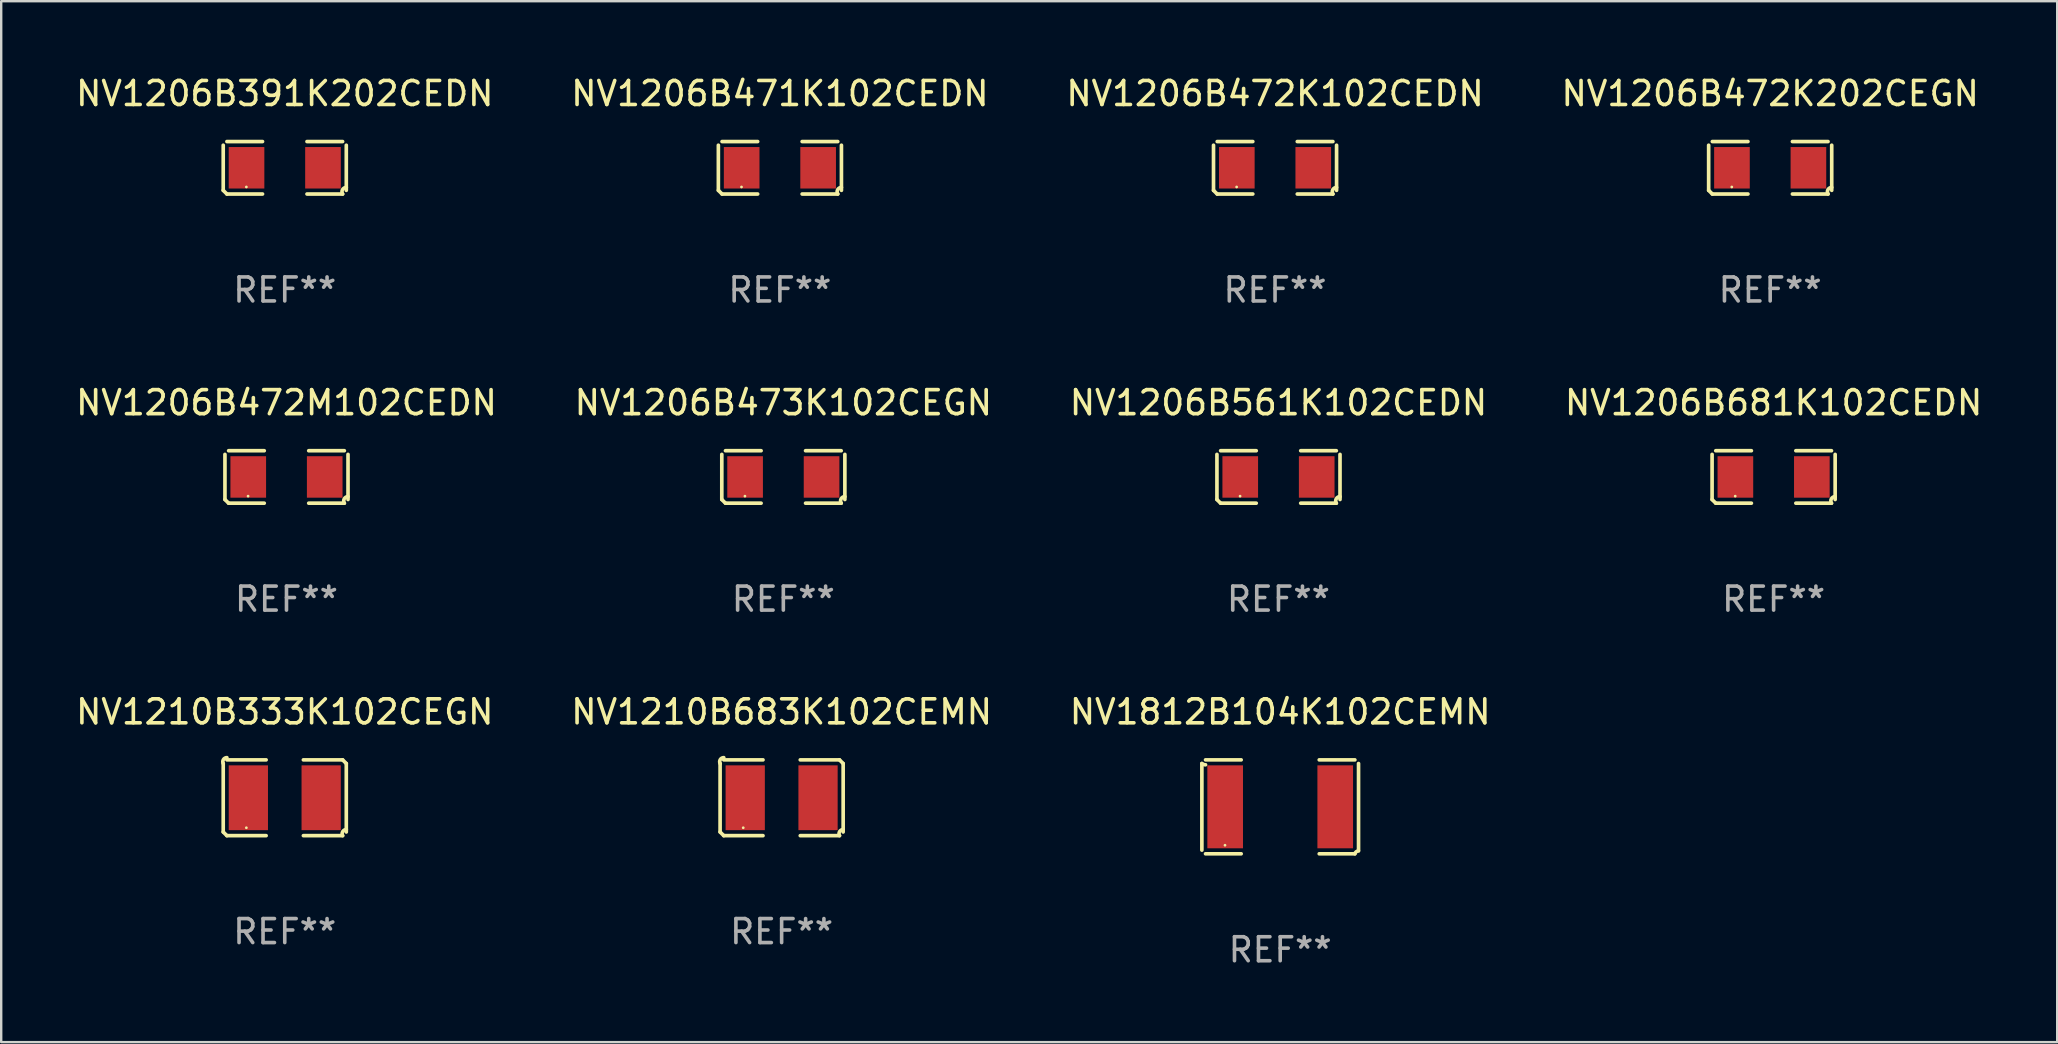
<source format=kicad_pcb>
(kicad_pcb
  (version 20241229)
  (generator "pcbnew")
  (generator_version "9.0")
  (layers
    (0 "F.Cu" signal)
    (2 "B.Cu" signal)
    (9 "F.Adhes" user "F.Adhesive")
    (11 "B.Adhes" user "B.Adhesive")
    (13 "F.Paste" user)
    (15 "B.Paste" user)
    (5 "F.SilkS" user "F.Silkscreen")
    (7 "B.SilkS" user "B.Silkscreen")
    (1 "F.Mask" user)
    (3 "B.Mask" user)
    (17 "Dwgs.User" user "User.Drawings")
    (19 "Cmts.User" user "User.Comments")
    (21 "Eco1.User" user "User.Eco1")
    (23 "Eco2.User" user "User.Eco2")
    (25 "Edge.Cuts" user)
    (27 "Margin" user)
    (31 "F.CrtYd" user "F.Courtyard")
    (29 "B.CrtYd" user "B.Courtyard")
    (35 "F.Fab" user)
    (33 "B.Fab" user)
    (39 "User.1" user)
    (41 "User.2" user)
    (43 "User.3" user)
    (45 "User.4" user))
  (footprint "NV1206B391K202CEDN"
    (layer "F.Cu")
    (at 8.815 3.941)
    (property "Reference" "NV1206B391K202CEDN" (at 0 -3.093 0) (layer "F.SilkS") (effects (font (size 1 1) (thickness 0.15))))
    (attr through_hole)
    (fp_line (start -2.564 0.94) (end -2.564 -0.94) (stroke (width 0.152) (type solid)) (layer "F.SilkS"))
    (fp_line (start -2.411 -1.093) (end -0.926 -1.093) (stroke (width 0.152) (type solid)) (layer "F.SilkS"))
    (fp_line (start -0.926 1.093) (end -2.411 1.093) (stroke (width 0.152) (type solid)) (layer "F.SilkS"))
    (fp_line (start 0.926 1.093) (end 2.411 1.093) (stroke (width 0.152) (type solid)) (layer "F.SilkS"))
    (fp_line (start 2.411 -1.093) (end 0.926 -1.093) (stroke (width 0.152) (type solid)) (layer "F.SilkS"))
    (fp_line (start 2.564 0.94) (end 2.564 -0.94) (stroke (width 0.152) (type solid)) (layer "F.SilkS"))
    (fp_arc (start -2.411201 1.092609) (mid -2.487413 1.01642) (end -2.563602 0.940208) (stroke (width 0.1524) (type solid)) (layer "F.SilkS"))
    (fp_arc (start 2.411201 1.092609) (mid 2.407159 0.911226) (end 2.563602 0.819347) (stroke (width 0.1524) (type solid)) (layer "F.SilkS"))
    (fp_circle (center -1.6 0.8) (end -1.57 0.8) (stroke (width 0.06) (type solid)) (fill no) (layer "F.SilkS"))
    (fp_text user "REF**" (at 0 5.093 0) (layer "F.Fab") (effects (font (size 1 1) (thickness 0.15))))
    (pad "1" smd rect (at -1.593 0) (size 1.485 1.728) (layers "F.Cu" "F.Mask" "F.Paste"))
    (pad "2" smd rect (at 1.593 0) (size 1.485 1.728) (layers "F.Cu" "F.Mask" "F.Paste")))
  (footprint "NV1206B472M102CEDN"
    (layer "F.Cu")
    (at 8.887 16.823)
    (property "Reference" "NV1206B472M102CEDN" (at 0 -3.093 0) (layer "F.SilkS") (effects (font (size 1 1) (thickness 0.15))))
    (attr through_hole)
    (fp_line (start -2.564 0.94) (end -2.564 -0.94) (stroke (width 0.152) (type solid)) (layer "F.SilkS"))
    (fp_line (start -2.411 -1.093) (end -0.926 -1.093) (stroke (width 0.152) (type solid)) (layer "F.SilkS"))
    (fp_line (start -0.926 1.093) (end -2.411 1.093) (stroke (width 0.152) (type solid)) (layer "F.SilkS"))
    (fp_line (start 0.926 1.093) (end 2.411 1.093) (stroke (width 0.152) (type solid)) (layer "F.SilkS"))
    (fp_line (start 2.411 -1.093) (end 0.926 -1.093) (stroke (width 0.152) (type solid)) (layer "F.SilkS"))
    (fp_line (start 2.564 0.94) (end 2.564 -0.94) (stroke (width 0.152) (type solid)) (layer "F.SilkS"))
    (fp_arc (start -2.411201 1.092609) (mid -2.487413 1.01642) (end -2.563602 0.940208) (stroke (width 0.1524) (type solid)) (layer "F.SilkS"))
    (fp_arc (start 2.411201 1.092609) (mid 2.407159 0.911226) (end 2.563602 0.819347) (stroke (width 0.1524) (type solid)) (layer "F.SilkS"))
    (fp_circle (center -1.6 0.8) (end -1.57 0.8) (stroke (width 0.06) (type solid)) (fill no) (layer "F.SilkS"))
    (fp_text user "REF**" (at 0 5.093 0) (layer "F.Fab") (effects (font (size 1 1) (thickness 0.15))))
    (pad "1" smd rect (at -1.593 0) (size 1.485 1.728) (layers "F.Cu" "F.Mask" "F.Paste"))
    (pad "2" smd rect (at 1.593 0) (size 1.485 1.728) (layers "F.Cu" "F.Mask" "F.Paste")))
  (footprint "NV1206B473K102CEGN"
    (layer "F.Cu")
    (at 29.589 16.823)
    (property "Reference" "NV1206B473K102CEGN" (at 0 -3.093 0) (layer "F.SilkS") (effects (font (size 1 1) (thickness 0.15))))
    (attr through_hole)
    (fp_line (start -2.564 0.94) (end -2.564 -0.94) (stroke (width 0.152) (type solid)) (layer "F.SilkS"))
    (fp_line (start -2.411 -1.093) (end -0.926 -1.093) (stroke (width 0.152) (type solid)) (layer "F.SilkS"))
    (fp_line (start -0.926 1.093) (end -2.411 1.093) (stroke (width 0.152) (type solid)) (layer "F.SilkS"))
    (fp_line (start 0.926 1.093) (end 2.411 1.093) (stroke (width 0.152) (type solid)) (layer "F.SilkS"))
    (fp_line (start 2.411 -1.093) (end 0.926 -1.093) (stroke (width 0.152) (type solid)) (layer "F.SilkS"))
    (fp_line (start 2.564 0.94) (end 2.564 -0.94) (stroke (width 0.152) (type solid)) (layer "F.SilkS"))
    (fp_arc (start -2.411201 1.092609) (mid -2.487413 1.01642) (end -2.563602 0.940208) (stroke (width 0.1524) (type solid)) (layer "F.SilkS"))
    (fp_arc (start 2.411201 1.092609) (mid 2.407159 0.911226) (end 2.563602 0.819347) (stroke (width 0.1524) (type solid)) (layer "F.SilkS"))
    (fp_circle (center -1.6 0.8) (end -1.57 0.8) (stroke (width 0.06) (type solid)) (fill no) (layer "F.SilkS"))
    (fp_text user "REF**" (at 0 5.093 0) (layer "F.Fab") (effects (font (size 1 1) (thickness 0.15))))
    (pad "1" smd rect (at -1.593 0) (size 1.485 1.728) (layers "F.Cu" "F.Mask" "F.Paste"))
    (pad "2" smd rect (at 1.593 0) (size 1.485 1.728) (layers "F.Cu" "F.Mask" "F.Paste")))
  (footprint "NV1210B333K102CEGN"
    (layer "F.Cu")
    (at 8.815 30.19)
    (property "Reference" "NV1210B333K102CEGN" (at 0 -3.579 0) (layer "F.SilkS") (effects (font (size 1 1) (thickness 0.15))))
    (attr through_hole)
    (fp_line (start -2.564 1.426) (end -2.564 -1.426) (stroke (width 0.152) (type solid)) (layer "F.SilkS"))
    (fp_line (start -2.411 -1.579) (end -0.776 -1.579) (stroke (width 0.152) (type solid)) (layer "F.SilkS"))
    (fp_line (start -0.776 1.579) (end -2.411 1.579) (stroke (width 0.152) (type solid)) (layer "F.SilkS"))
    (fp_line (start 0.776 1.579) (end 2.411 1.579) (stroke (width 0.152) (type solid)) (layer "F.SilkS"))
    (fp_line (start 2.411 -1.579) (end 0.776 -1.579) (stroke (width 0.152) (type solid)) (layer "F.SilkS"))
    (fp_line (start 2.564 1.426) (end 2.564 -1.426) (stroke (width 0.152) (type solid)) (layer "F.SilkS"))
    (fp_arc (start -2.563602 -1.426213) (mid -2.555597 -1.591233) (end -2.411201 -1.671518) (stroke (width 0.1524) (type solid)) (layer "F.SilkS"))
    (fp_arc (start -2.5636 1.426214) (mid -2.487389 1.502402) (end -2.411201 1.578613) (stroke (width 0.1524) (type solid)) (layer "F.SilkS"))
    (fp_arc (start 2.411197 -1.578618) (mid 2.487403 -1.502419) (end 2.563602 -1.426213) (stroke (width 0.1524) (type solid)) (layer "F.SilkS"))
    (fp_arc (start 2.411201 1.578613) (mid 2.416214 1.409455) (end 2.563602 1.32629) (stroke (width 0.1524) (type solid)) (layer "F.SilkS"))
    (fp_circle (center -1.6 1.25) (end -1.57 1.25) (stroke (width 0.06) (type solid)) (fill no) (layer "F.SilkS"))
    (fp_text user "REF**" (at 0 5.579 0) (layer "F.Fab") (effects (font (size 1 1) (thickness 0.15))))
    (pad "1" smd rect (at -1.517 0) (size 1.635 2.7) (layers "F.Cu" "F.Mask" "F.Paste"))
    (pad "2" smd rect (at 1.517 0) (size 1.635 2.7) (layers "F.Cu" "F.Mask" "F.Paste")))
  (footprint "NV1206B472K202CEGN"
    (layer "F.Cu")
    (at 70.708 3.941)
    (property "Reference" "NV1206B472K202CEGN" (at 0 -3.093 0) (layer "F.SilkS") (effects (font (size 1 1) (thickness 0.15))))
    (attr through_hole)
    (fp_line (start -2.564 0.94) (end -2.564 -0.94) (stroke (width 0.152) (type solid)) (layer "F.SilkS"))
    (fp_line (start -2.411 -1.093) (end -0.926 -1.093) (stroke (width 0.152) (type solid)) (layer "F.SilkS"))
    (fp_line (start -0.926 1.093) (end -2.411 1.093) (stroke (width 0.152) (type solid)) (layer "F.SilkS"))
    (fp_line (start 0.926 1.093) (end 2.411 1.093) (stroke (width 0.152) (type solid)) (layer "F.SilkS"))
    (fp_line (start 2.411 -1.093) (end 0.926 -1.093) (stroke (width 0.152) (type solid)) (layer "F.SilkS"))
    (fp_line (start 2.564 0.94) (end 2.564 -0.94) (stroke (width 0.152) (type solid)) (layer "F.SilkS"))
    (fp_arc (start -2.411201 1.092609) (mid -2.487413 1.01642) (end -2.563602 0.940208) (stroke (width 0.1524) (type solid)) (layer "F.SilkS"))
    (fp_arc (start 2.411201 1.092609) (mid 2.407159 0.911226) (end 2.563602 0.819347) (stroke (width 0.1524) (type solid)) (layer "F.SilkS"))
    (fp_circle (center -1.6 0.8) (end -1.57 0.8) (stroke (width 0.06) (type solid)) (fill no) (layer "F.SilkS"))
    (fp_text user "REF**" (at 0 5.093 0) (layer "F.Fab") (effects (font (size 1 1) (thickness 0.15))))
    (pad "1" smd rect (at -1.593 0) (size 1.485 1.728) (layers "F.Cu" "F.Mask" "F.Paste"))
    (pad "2" smd rect (at 1.593 0) (size 1.485 1.728) (layers "F.Cu" "F.Mask" "F.Paste")))
  (footprint "NV1210B683K102CEMN"
    (layer "F.Cu")
    (at 29.518 30.19)
    (property "Reference" "NV1210B683K102CEMN" (at 0 -3.579 0) (layer "F.SilkS") (effects (font (size 1 1) (thickness 0.15))))
    (attr through_hole)
    (fp_line (start -2.564 1.426) (end -2.564 -1.426) (stroke (width 0.152) (type solid)) (layer "F.SilkS"))
    (fp_line (start -2.411 -1.579) (end -0.776 -1.579) (stroke (width 0.152) (type solid)) (layer "F.SilkS"))
    (fp_line (start -0.776 1.579) (end -2.411 1.579) (stroke (width 0.152) (type solid)) (layer "F.SilkS"))
    (fp_line (start 0.776 1.579) (end 2.411 1.579) (stroke (width 0.152) (type solid)) (layer "F.SilkS"))
    (fp_line (start 2.411 -1.579) (end 0.776 -1.579) (stroke (width 0.152) (type solid)) (layer "F.SilkS"))
    (fp_line (start 2.564 1.426) (end 2.564 -1.426) (stroke (width 0.152) (type solid)) (layer "F.SilkS"))
    (fp_arc (start -2.563602 -1.426213) (mid -2.555597 -1.591233) (end -2.411201 -1.671518) (stroke (width 0.1524) (type solid)) (layer "F.SilkS"))
    (fp_arc (start -2.5636 1.426214) (mid -2.487389 1.502402) (end -2.411201 1.578613) (stroke (width 0.1524) (type solid)) (layer "F.SilkS"))
    (fp_arc (start 2.411197 -1.578618) (mid 2.487403 -1.502419) (end 2.563602 -1.426213) (stroke (width 0.1524) (type solid)) (layer "F.SilkS"))
    (fp_arc (start 2.411201 1.578613) (mid 2.416214 1.409455) (end 2.563602 1.32629) (stroke (width 0.1524) (type solid)) (layer "F.SilkS"))
    (fp_circle (center -1.6 1.25) (end -1.57 1.25) (stroke (width 0.06) (type solid)) (fill no) (layer "F.SilkS"))
    (fp_text user "REF**" (at 0 5.579 0) (layer "F.Fab") (effects (font (size 1 1) (thickness 0.15))))
    (pad "1" smd rect (at -1.517 0) (size 1.635 2.7) (layers "F.Cu" "F.Mask" "F.Paste"))
    (pad "2" smd rect (at 1.517 0) (size 1.635 2.7) (layers "F.Cu" "F.Mask" "F.Paste")))
  (footprint "NV1812B104K102CEMN"
    (layer "F.Cu")
    (at 50.292 30.568)
    (property "Reference" "NV1812B104K102CEMN" (at 0 -3.957 0) (layer "F.SilkS") (effects (font (size 1 1) (thickness 0.15))))
    (attr through_hole)
    (fp_line (start -3.264 1.804) (end -3.264 -1.804) (stroke (width 0.152) (type solid)) (layer "F.SilkS"))
    (fp_line (start -3.111 -1.957) (end -1.626 -1.957) (stroke (width 0.152) (type solid)) (layer "F.SilkS"))
    (fp_line (start -1.626 1.957) (end -3.111 1.957) (stroke (width 0.152) (type solid)) (layer "F.SilkS"))
    (fp_line (start 1.626 1.957) (end 3.111 1.957) (stroke (width 0.152) (type solid)) (layer "F.SilkS"))
    (fp_line (start 3.111 -1.957) (end 1.626 -1.957) (stroke (width 0.152) (type solid)) (layer "F.SilkS"))
    (fp_line (start 3.264 1.804) (end 3.264 -1.804) (stroke (width 0.152) (type solid)) (layer "F.SilkS"))
    (fp_arc (start -3.111202 -1.752192) (mid -3.191715 -1.76555) (end -3.263602 -1.804191) (stroke (width 0.1524) (type solid)) (layer "F.SilkS"))
    (fp_arc (start 3.111201 1.956591) (mid 3.167789 1.872777) (end 3.263602 1.840424) (stroke (width 0.1524) (type solid)) (layer "F.SilkS"))
    (fp_circle (center -2.3 1.6) (end -2.27 1.6) (stroke (width 0.06) (type solid)) (fill no) (layer "F.SilkS"))
    (fp_text user "REF**" (at 0 5.957 0) (layer "F.Fab") (effects (font (size 1 1) (thickness 0.15))))
    (pad "1" smd rect (at -2.293 0) (size 1.485 3.456) (layers "F.Cu" "F.Mask" "F.Paste"))
    (pad "2" smd rect (at 2.293 0) (size 1.485 3.456) (layers "F.Cu" "F.Mask" "F.Paste")))
  (footprint "NV1206B681K102CEDN"
    (layer "F.Cu")
    (at 70.851 16.823)
    (property "Reference" "NV1206B681K102CEDN" (at 0 -3.093 0) (layer "F.SilkS") (effects (font (size 1 1) (thickness 0.15))))
    (attr through_hole)
    (fp_line (start -2.564 0.94) (end -2.564 -0.94) (stroke (width 0.152) (type solid)) (layer "F.SilkS"))
    (fp_line (start -2.411 -1.093) (end -0.926 -1.093) (stroke (width 0.152) (type solid)) (layer "F.SilkS"))
    (fp_line (start -0.926 1.093) (end -2.411 1.093) (stroke (width 0.152) (type solid)) (layer "F.SilkS"))
    (fp_line (start 0.926 1.093) (end 2.411 1.093) (stroke (width 0.152) (type solid)) (layer "F.SilkS"))
    (fp_line (start 2.411 -1.093) (end 0.926 -1.093) (stroke (width 0.152) (type solid)) (layer "F.SilkS"))
    (fp_line (start 2.564 0.94) (end 2.564 -0.94) (stroke (width 0.152) (type solid)) (layer "F.SilkS"))
    (fp_arc (start -2.411201 1.092609) (mid -2.487413 1.01642) (end -2.563602 0.940208) (stroke (width 0.1524) (type solid)) (layer "F.SilkS"))
    (fp_arc (start 2.411201 1.092609) (mid 2.407159 0.911226) (end 2.563602 0.819347) (stroke (width 0.1524) (type solid)) (layer "F.SilkS"))
    (fp_circle (center -1.6 0.8) (end -1.57 0.8) (stroke (width 0.06) (type solid)) (fill no) (layer "F.SilkS"))
    (fp_text user "REF**" (at 0 5.093 0) (layer "F.Fab") (effects (font (size 1 1) (thickness 0.15))))
    (pad "1" smd rect (at -1.593 0) (size 1.485 1.728) (layers "F.Cu" "F.Mask" "F.Paste"))
    (pad "2" smd rect (at 1.593 0) (size 1.485 1.728) (layers "F.Cu" "F.Mask" "F.Paste")))
  (footprint "NV1206B561K102CEDN"
    (layer "F.Cu")
    (at 50.22 16.823)
    (property "Reference" "NV1206B561K102CEDN" (at 0 -3.093 0) (layer "F.SilkS") (effects (font (size 1 1) (thickness 0.15))))
    (attr through_hole)
    (fp_line (start -2.564 0.94) (end -2.564 -0.94) (stroke (width 0.152) (type solid)) (layer "F.SilkS"))
    (fp_line (start -2.411 -1.093) (end -0.926 -1.093) (stroke (width 0.152) (type solid)) (layer "F.SilkS"))
    (fp_line (start -0.926 1.093) (end -2.411 1.093) (stroke (width 0.152) (type solid)) (layer "F.SilkS"))
    (fp_line (start 0.926 1.093) (end 2.411 1.093) (stroke (width 0.152) (type solid)) (layer "F.SilkS"))
    (fp_line (start 2.411 -1.093) (end 0.926 -1.093) (stroke (width 0.152) (type solid)) (layer "F.SilkS"))
    (fp_line (start 2.564 0.94) (end 2.564 -0.94) (stroke (width 0.152) (type solid)) (layer "F.SilkS"))
    (fp_arc (start -2.411201 1.092609) (mid -2.487413 1.01642) (end -2.563602 0.940208) (stroke (width 0.1524) (type solid)) (layer "F.SilkS"))
    (fp_arc (start 2.411201 1.092609) (mid 2.407159 0.911226) (end 2.563602 0.819347) (stroke (width 0.1524) (type solid)) (layer "F.SilkS"))
    (fp_circle (center -1.6 0.8) (end -1.57 0.8) (stroke (width 0.06) (type solid)) (fill no) (layer "F.SilkS"))
    (fp_text user "REF**" (at 0 5.093 0) (layer "F.Fab") (effects (font (size 1 1) (thickness 0.15))))
    (pad "1" smd rect (at -1.593 0) (size 1.485 1.728) (layers "F.Cu" "F.Mask" "F.Paste"))
    (pad "2" smd rect (at 1.593 0) (size 1.485 1.728) (layers "F.Cu" "F.Mask" "F.Paste")))
  (footprint "NV1206B472K102CEDN"
    (layer "F.Cu")
    (at 50.077 3.941)
    (property "Reference" "NV1206B472K102CEDN" (at 0 -3.093 0) (layer "F.SilkS") (effects (font (size 1 1) (thickness 0.15))))
    (attr through_hole)
    (fp_line (start -2.564 0.94) (end -2.564 -0.94) (stroke (width 0.152) (type solid)) (layer "F.SilkS"))
    (fp_line (start -2.411 -1.093) (end -0.926 -1.093) (stroke (width 0.152) (type solid)) (layer "F.SilkS"))
    (fp_line (start -0.926 1.093) (end -2.411 1.093) (stroke (width 0.152) (type solid)) (layer "F.SilkS"))
    (fp_line (start 0.926 1.093) (end 2.411 1.093) (stroke (width 0.152) (type solid)) (layer "F.SilkS"))
    (fp_line (start 2.411 -1.093) (end 0.926 -1.093) (stroke (width 0.152) (type solid)) (layer "F.SilkS"))
    (fp_line (start 2.564 0.94) (end 2.564 -0.94) (stroke (width 0.152) (type solid)) (layer "F.SilkS"))
    (fp_arc (start -2.411201 1.092609) (mid -2.487413 1.01642) (end -2.563602 0.940208) (stroke (width 0.1524) (type solid)) (layer "F.SilkS"))
    (fp_arc (start 2.411201 1.092609) (mid 2.407159 0.911226) (end 2.563602 0.819347) (stroke (width 0.1524) (type solid)) (layer "F.SilkS"))
    (fp_circle (center -1.6 0.8) (end -1.57 0.8) (stroke (width 0.06) (type solid)) (fill no) (layer "F.SilkS"))
    (fp_text user "REF**" (at 0 5.093 0) (layer "F.Fab") (effects (font (size 1 1) (thickness 0.15))))
    (pad "1" smd rect (at -1.593 0) (size 1.485 1.728) (layers "F.Cu" "F.Mask" "F.Paste"))
    (pad "2" smd rect (at 1.593 0) (size 1.485 1.728) (layers "F.Cu" "F.Mask" "F.Paste")))
  (footprint "NV1206B471K102CEDN"
    (layer "F.Cu")
    (at 29.446 3.941)
    (property "Reference" "NV1206B471K102CEDN" (at 0 -3.093 0) (layer "F.SilkS") (effects (font (size 1 1) (thickness 0.15))))
    (attr through_hole)
    (fp_line (start -2.564 0.94) (end -2.564 -0.94) (stroke (width 0.152) (type solid)) (layer "F.SilkS"))
    (fp_line (start -2.411 -1.093) (end -0.926 -1.093) (stroke (width 0.152) (type solid)) (layer "F.SilkS"))
    (fp_line (start -0.926 1.093) (end -2.411 1.093) (stroke (width 0.152) (type solid)) (layer "F.SilkS"))
    (fp_line (start 0.926 1.093) (end 2.411 1.093) (stroke (width 0.152) (type solid)) (layer "F.SilkS"))
    (fp_line (start 2.411 -1.093) (end 0.926 -1.093) (stroke (width 0.152) (type solid)) (layer "F.SilkS"))
    (fp_line (start 2.564 0.94) (end 2.564 -0.94) (stroke (width 0.152) (type solid)) (layer "F.SilkS"))
    (fp_arc (start -2.411201 1.092609) (mid -2.487413 1.01642) (end -2.563602 0.940208) (stroke (width 0.1524) (type solid)) (layer "F.SilkS"))
    (fp_arc (start 2.411201 1.092609) (mid 2.407159 0.911226) (end 2.563602 0.819347) (stroke (width 0.1524) (type solid)) (layer "F.SilkS"))
    (fp_circle (center -1.6 0.8) (end -1.57 0.8) (stroke (width 0.06) (type solid)) (fill no) (layer "F.SilkS"))
    (fp_text user "REF**" (at 0 5.093 0) (layer "F.Fab") (effects (font (size 1 1) (thickness 0.15))))
    (pad "1" smd rect (at -1.593 0) (size 1.485 1.728) (layers "F.Cu" "F.Mask" "F.Paste"))
    (pad "2" smd rect (at 1.593 0) (size 1.485 1.728) (layers "F.Cu" "F.Mask" "F.Paste")))
  (gr_rect
    (start -3 -3)
    (end 82.667 40.373)
    (stroke (width 0.1) (type default))
    (fill no)
    (layer "Edge.Cuts")))
</source>
